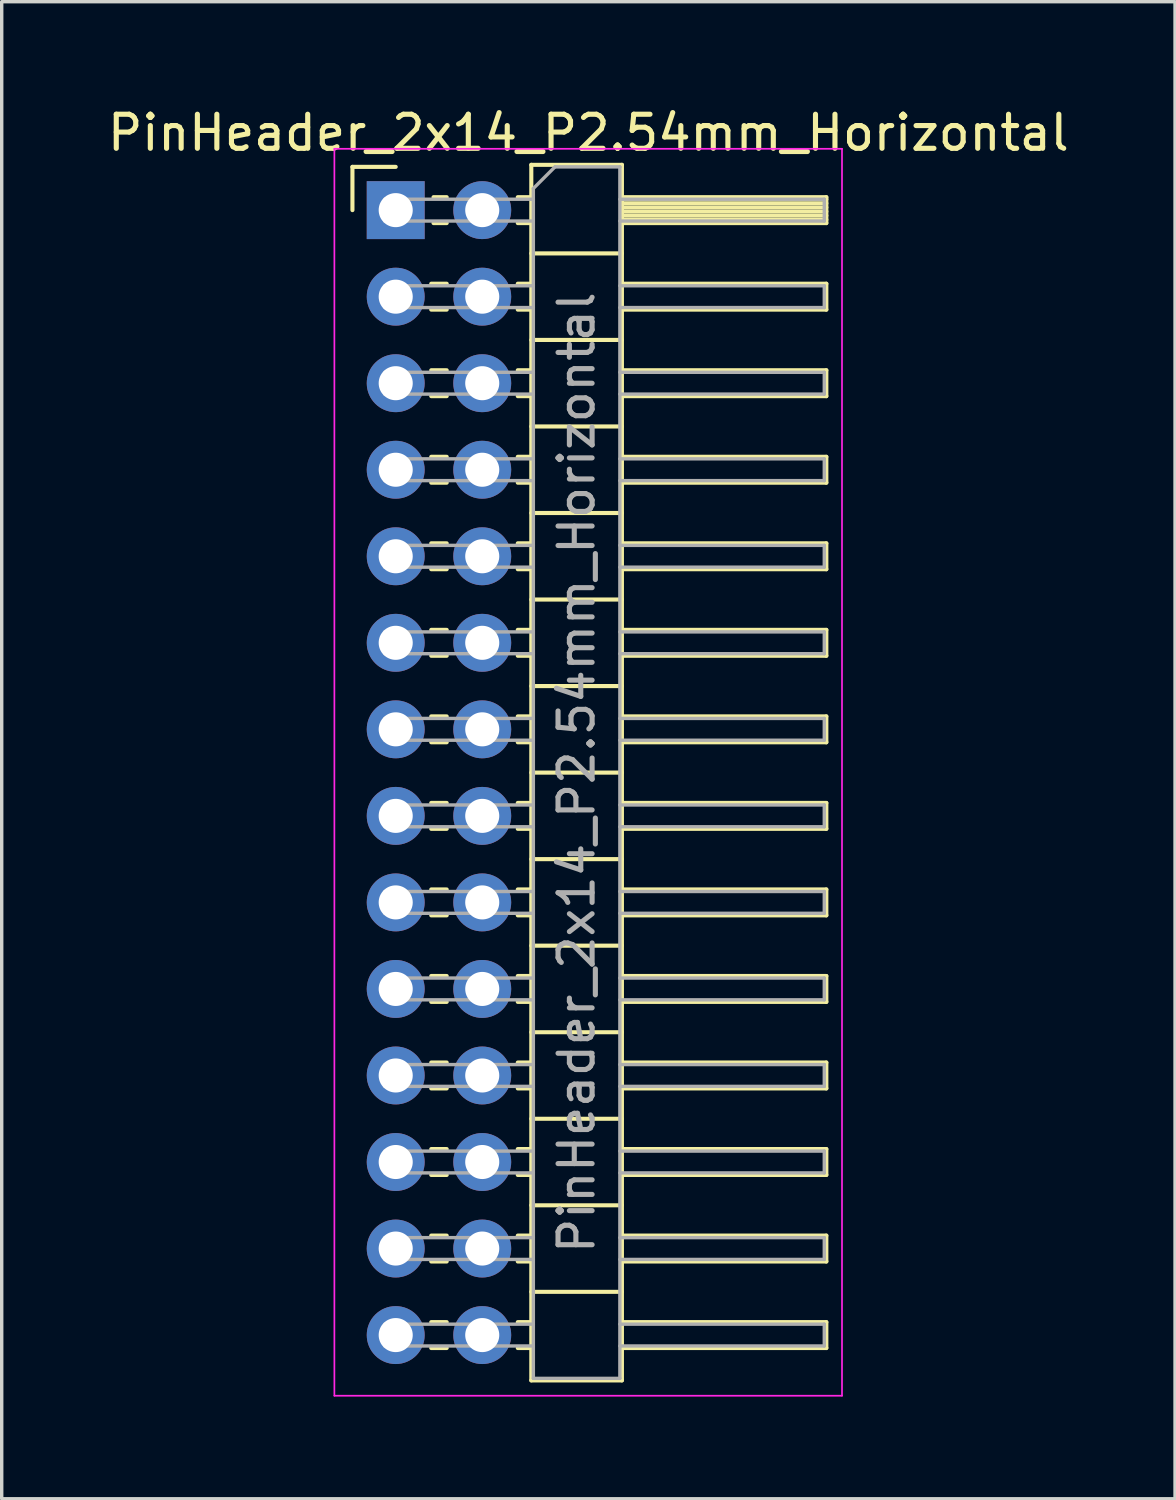
<source format=kicad_pcb>
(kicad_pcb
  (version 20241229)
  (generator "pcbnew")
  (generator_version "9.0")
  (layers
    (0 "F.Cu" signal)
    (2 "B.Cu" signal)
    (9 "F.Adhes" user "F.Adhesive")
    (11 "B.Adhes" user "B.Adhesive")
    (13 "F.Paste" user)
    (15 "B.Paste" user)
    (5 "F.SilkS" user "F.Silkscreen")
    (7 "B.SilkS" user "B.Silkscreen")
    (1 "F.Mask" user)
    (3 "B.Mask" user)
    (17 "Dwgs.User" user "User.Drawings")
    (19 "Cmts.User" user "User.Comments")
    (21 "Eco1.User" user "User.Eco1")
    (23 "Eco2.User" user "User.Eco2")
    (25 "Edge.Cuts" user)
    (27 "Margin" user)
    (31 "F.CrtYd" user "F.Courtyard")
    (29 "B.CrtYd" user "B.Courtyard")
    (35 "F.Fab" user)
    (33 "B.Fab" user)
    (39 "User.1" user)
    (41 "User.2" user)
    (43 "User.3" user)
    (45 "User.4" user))
  (footprint "PinHeader_2x14_P2.54mm_Horizontal"
    (layer "F.Cu")
    (at 8.565 3.118)
    (property "Reference" "PinHeader_2x14_P2.54mm_Horizontal" (at 5.655 -2.27 0) (layer "F.SilkS") (effects (font (size 1 1) (thickness 0.15))))
    (attr through_hole)
    (fp_line (start -1.27 -1.27) (end 0 -1.27) (stroke (width 0.12) (type solid)) (layer "F.SilkS"))
    (fp_line (start -1.27 0) (end -1.27 -1.27) (stroke (width 0.12) (type solid)) (layer "F.SilkS"))
    (fp_line (start 1.043 2.16) (end 1.497 2.16) (stroke (width 0.12) (type solid)) (layer "F.SilkS"))
    (fp_line (start 1.043 2.92) (end 1.497 2.92) (stroke (width 0.12) (type solid)) (layer "F.SilkS"))
    (fp_line (start 1.043 4.7) (end 1.497 4.7) (stroke (width 0.12) (type solid)) (layer "F.SilkS"))
    (fp_line (start 1.043 5.46) (end 1.497 5.46) (stroke (width 0.12) (type solid)) (layer "F.SilkS"))
    (fp_line (start 1.043 7.24) (end 1.497 7.24) (stroke (width 0.12) (type solid)) (layer "F.SilkS"))
    (fp_line (start 1.043 8) (end 1.497 8) (stroke (width 0.12) (type solid)) (layer "F.SilkS"))
    (fp_line (start 1.043 9.78) (end 1.497 9.78) (stroke (width 0.12) (type solid)) (layer "F.SilkS"))
    (fp_line (start 1.043 10.54) (end 1.497 10.54) (stroke (width 0.12) (type solid)) (layer "F.SilkS"))
    (fp_line (start 1.043 12.32) (end 1.497 12.32) (stroke (width 0.12) (type solid)) (layer "F.SilkS"))
    (fp_line (start 1.043 13.08) (end 1.497 13.08) (stroke (width 0.12) (type solid)) (layer "F.SilkS"))
    (fp_line (start 1.043 14.86) (end 1.497 14.86) (stroke (width 0.12) (type solid)) (layer "F.SilkS"))
    (fp_line (start 1.043 15.62) (end 1.497 15.62) (stroke (width 0.12) (type solid)) (layer "F.SilkS"))
    (fp_line (start 1.043 17.4) (end 1.497 17.4) (stroke (width 0.12) (type solid)) (layer "F.SilkS"))
    (fp_line (start 1.043 18.16) (end 1.497 18.16) (stroke (width 0.12) (type solid)) (layer "F.SilkS"))
    (fp_line (start 1.043 19.94) (end 1.497 19.94) (stroke (width 0.12) (type solid)) (layer "F.SilkS"))
    (fp_line (start 1.043 20.7) (end 1.497 20.7) (stroke (width 0.12) (type solid)) (layer "F.SilkS"))
    (fp_line (start 1.043 22.48) (end 1.497 22.48) (stroke (width 0.12) (type solid)) (layer "F.SilkS"))
    (fp_line (start 1.043 23.24) (end 1.497 23.24) (stroke (width 0.12) (type solid)) (layer "F.SilkS"))
    (fp_line (start 1.043 25.02) (end 1.497 25.02) (stroke (width 0.12) (type solid)) (layer "F.SilkS"))
    (fp_line (start 1.043 25.78) (end 1.497 25.78) (stroke (width 0.12) (type solid)) (layer "F.SilkS"))
    (fp_line (start 1.043 27.56) (end 1.497 27.56) (stroke (width 0.12) (type solid)) (layer "F.SilkS"))
    (fp_line (start 1.043 28.32) (end 1.497 28.32) (stroke (width 0.12) (type solid)) (layer "F.SilkS"))
    (fp_line (start 1.043 30.1) (end 1.497 30.1) (stroke (width 0.12) (type solid)) (layer "F.SilkS"))
    (fp_line (start 1.043 30.86) (end 1.497 30.86) (stroke (width 0.12) (type solid)) (layer "F.SilkS"))
    (fp_line (start 1.043 32.64) (end 1.497 32.64) (stroke (width 0.12) (type solid)) (layer "F.SilkS"))
    (fp_line (start 1.043 33.4) (end 1.497 33.4) (stroke (width 0.12) (type solid)) (layer "F.SilkS"))
    (fp_line (start 1.11 -0.38) (end 1.497 -0.38) (stroke (width 0.12) (type solid)) (layer "F.SilkS"))
    (fp_line (start 1.11 0.38) (end 1.497 0.38) (stroke (width 0.12) (type solid)) (layer "F.SilkS"))
    (fp_line (start 3.583 -0.38) (end 3.98 -0.38) (stroke (width 0.12) (type solid)) (layer "F.SilkS"))
    (fp_line (start 3.583 0.38) (end 3.98 0.38) (stroke (width 0.12) (type solid)) (layer "F.SilkS"))
    (fp_line (start 3.583 2.16) (end 3.98 2.16) (stroke (width 0.12) (type solid)) (layer "F.SilkS"))
    (fp_line (start 3.583 2.92) (end 3.98 2.92) (stroke (width 0.12) (type solid)) (layer "F.SilkS"))
    (fp_line (start 3.583 4.7) (end 3.98 4.7) (stroke (width 0.12) (type solid)) (layer "F.SilkS"))
    (fp_line (start 3.583 5.46) (end 3.98 5.46) (stroke (width 0.12) (type solid)) (layer "F.SilkS"))
    (fp_line (start 3.583 7.24) (end 3.98 7.24) (stroke (width 0.12) (type solid)) (layer "F.SilkS"))
    (fp_line (start 3.583 8) (end 3.98 8) (stroke (width 0.12) (type solid)) (layer "F.SilkS"))
    (fp_line (start 3.583 9.78) (end 3.98 9.78) (stroke (width 0.12) (type solid)) (layer "F.SilkS"))
    (fp_line (start 3.583 10.54) (end 3.98 10.54) (stroke (width 0.12) (type solid)) (layer "F.SilkS"))
    (fp_line (start 3.583 12.32) (end 3.98 12.32) (stroke (width 0.12) (type solid)) (layer "F.SilkS"))
    (fp_line (start 3.583 13.08) (end 3.98 13.08) (stroke (width 0.12) (type solid)) (layer "F.SilkS"))
    (fp_line (start 3.583 14.86) (end 3.98 14.86) (stroke (width 0.12) (type solid)) (layer "F.SilkS"))
    (fp_line (start 3.583 15.62) (end 3.98 15.62) (stroke (width 0.12) (type solid)) (layer "F.SilkS"))
    (fp_line (start 3.583 17.4) (end 3.98 17.4) (stroke (width 0.12) (type solid)) (layer "F.SilkS"))
    (fp_line (start 3.583 18.16) (end 3.98 18.16) (stroke (width 0.12) (type solid)) (layer "F.SilkS"))
    (fp_line (start 3.583 19.94) (end 3.98 19.94) (stroke (width 0.12) (type solid)) (layer "F.SilkS"))
    (fp_line (start 3.583 20.7) (end 3.98 20.7) (stroke (width 0.12) (type solid)) (layer "F.SilkS"))
    (fp_line (start 3.583 22.48) (end 3.98 22.48) (stroke (width 0.12) (type solid)) (layer "F.SilkS"))
    (fp_line (start 3.583 23.24) (end 3.98 23.24) (stroke (width 0.12) (type solid)) (layer "F.SilkS"))
    (fp_line (start 3.583 25.02) (end 3.98 25.02) (stroke (width 0.12) (type solid)) (layer "F.SilkS"))
    (fp_line (start 3.583 25.78) (end 3.98 25.78) (stroke (width 0.12) (type solid)) (layer "F.SilkS"))
    (fp_line (start 3.583 27.56) (end 3.98 27.56) (stroke (width 0.12) (type solid)) (layer "F.SilkS"))
    (fp_line (start 3.583 28.32) (end 3.98 28.32) (stroke (width 0.12) (type solid)) (layer "F.SilkS"))
    (fp_line (start 3.583 30.1) (end 3.98 30.1) (stroke (width 0.12) (type solid)) (layer "F.SilkS"))
    (fp_line (start 3.583 30.86) (end 3.98 30.86) (stroke (width 0.12) (type solid)) (layer "F.SilkS"))
    (fp_line (start 3.583 32.64) (end 3.98 32.64) (stroke (width 0.12) (type solid)) (layer "F.SilkS"))
    (fp_line (start 3.583 33.4) (end 3.98 33.4) (stroke (width 0.12) (type solid)) (layer "F.SilkS"))
    (fp_line (start 3.98 -1.33) (end 3.98 34.35) (stroke (width 0.12) (type solid)) (layer "F.SilkS"))
    (fp_line (start 3.98 1.27) (end 6.64 1.27) (stroke (width 0.12) (type solid)) (layer "F.SilkS"))
    (fp_line (start 3.98 3.81) (end 6.64 3.81) (stroke (width 0.12) (type solid)) (layer "F.SilkS"))
    (fp_line (start 3.98 6.35) (end 6.64 6.35) (stroke (width 0.12) (type solid)) (layer "F.SilkS"))
    (fp_line (start 3.98 8.89) (end 6.64 8.89) (stroke (width 0.12) (type solid)) (layer "F.SilkS"))
    (fp_line (start 3.98 11.43) (end 6.64 11.43) (stroke (width 0.12) (type solid)) (layer "F.SilkS"))
    (fp_line (start 3.98 13.97) (end 6.64 13.97) (stroke (width 0.12) (type solid)) (layer "F.SilkS"))
    (fp_line (start 3.98 16.51) (end 6.64 16.51) (stroke (width 0.12) (type solid)) (layer "F.SilkS"))
    (fp_line (start 3.98 19.05) (end 6.64 19.05) (stroke (width 0.12) (type solid)) (layer "F.SilkS"))
    (fp_line (start 3.98 21.59) (end 6.64 21.59) (stroke (width 0.12) (type solid)) (layer "F.SilkS"))
    (fp_line (start 3.98 24.13) (end 6.64 24.13) (stroke (width 0.12) (type solid)) (layer "F.SilkS"))
    (fp_line (start 3.98 26.67) (end 6.64 26.67) (stroke (width 0.12) (type solid)) (layer "F.SilkS"))
    (fp_line (start 3.98 29.21) (end 6.64 29.21) (stroke (width 0.12) (type solid)) (layer "F.SilkS"))
    (fp_line (start 3.98 31.75) (end 6.64 31.75) (stroke (width 0.12) (type solid)) (layer "F.SilkS"))
    (fp_line (start 3.98 34.35) (end 6.64 34.35) (stroke (width 0.12) (type solid)) (layer "F.SilkS"))
    (fp_line (start 6.64 -1.33) (end 3.98 -1.33) (stroke (width 0.12) (type solid)) (layer "F.SilkS"))
    (fp_line (start 6.64 -0.38) (end 12.64 -0.38) (stroke (width 0.12) (type solid)) (layer "F.SilkS"))
    (fp_line (start 6.64 -0.32) (end 12.64 -0.32) (stroke (width 0.12) (type solid)) (layer "F.SilkS"))
    (fp_line (start 6.64 -0.2) (end 12.64 -0.2) (stroke (width 0.12) (type solid)) (layer "F.SilkS"))
    (fp_line (start 6.64 -0.08) (end 12.64 -0.08) (stroke (width 0.12) (type solid)) (layer "F.SilkS"))
    (fp_line (start 6.64 0.04) (end 12.64 0.04) (stroke (width 0.12) (type solid)) (layer "F.SilkS"))
    (fp_line (start 6.64 0.16) (end 12.64 0.16) (stroke (width 0.12) (type solid)) (layer "F.SilkS"))
    (fp_line (start 6.64 0.28) (end 12.64 0.28) (stroke (width 0.12) (type solid)) (layer "F.SilkS"))
    (fp_line (start 6.64 2.16) (end 12.64 2.16) (stroke (width 0.12) (type solid)) (layer "F.SilkS"))
    (fp_line (start 6.64 4.7) (end 12.64 4.7) (stroke (width 0.12) (type solid)) (layer "F.SilkS"))
    (fp_line (start 6.64 7.24) (end 12.64 7.24) (stroke (width 0.12) (type solid)) (layer "F.SilkS"))
    (fp_line (start 6.64 9.78) (end 12.64 9.78) (stroke (width 0.12) (type solid)) (layer "F.SilkS"))
    (fp_line (start 6.64 12.32) (end 12.64 12.32) (stroke (width 0.12) (type solid)) (layer "F.SilkS"))
    (fp_line (start 6.64 14.86) (end 12.64 14.86) (stroke (width 0.12) (type solid)) (layer "F.SilkS"))
    (fp_line (start 6.64 17.4) (end 12.64 17.4) (stroke (width 0.12) (type solid)) (layer "F.SilkS"))
    (fp_line (start 6.64 19.94) (end 12.64 19.94) (stroke (width 0.12) (type solid)) (layer "F.SilkS"))
    (fp_line (start 6.64 22.48) (end 12.64 22.48) (stroke (width 0.12) (type solid)) (layer "F.SilkS"))
    (fp_line (start 6.64 25.02) (end 12.64 25.02) (stroke (width 0.12) (type solid)) (layer "F.SilkS"))
    (fp_line (start 6.64 27.56) (end 12.64 27.56) (stroke (width 0.12) (type solid)) (layer "F.SilkS"))
    (fp_line (start 6.64 30.1) (end 12.64 30.1) (stroke (width 0.12) (type solid)) (layer "F.SilkS"))
    (fp_line (start 6.64 32.64) (end 12.64 32.64) (stroke (width 0.12) (type solid)) (layer "F.SilkS"))
    (fp_line (start 6.64 34.35) (end 6.64 -1.33) (stroke (width 0.12) (type solid)) (layer "F.SilkS"))
    (fp_line (start 12.64 -0.38) (end 12.64 0.38) (stroke (width 0.12) (type solid)) (layer "F.SilkS"))
    (fp_line (start 12.64 0.38) (end 6.64 0.38) (stroke (width 0.12) (type solid)) (layer "F.SilkS"))
    (fp_line (start 12.64 2.16) (end 12.64 2.92) (stroke (width 0.12) (type solid)) (layer "F.SilkS"))
    (fp_line (start 12.64 2.92) (end 6.64 2.92) (stroke (width 0.12) (type solid)) (layer "F.SilkS"))
    (fp_line (start 12.64 4.7) (end 12.64 5.46) (stroke (width 0.12) (type solid)) (layer "F.SilkS"))
    (fp_line (start 12.64 5.46) (end 6.64 5.46) (stroke (width 0.12) (type solid)) (layer "F.SilkS"))
    (fp_line (start 12.64 7.24) (end 12.64 8) (stroke (width 0.12) (type solid)) (layer "F.SilkS"))
    (fp_line (start 12.64 8) (end 6.64 8) (stroke (width 0.12) (type solid)) (layer "F.SilkS"))
    (fp_line (start 12.64 9.78) (end 12.64 10.54) (stroke (width 0.12) (type solid)) (layer "F.SilkS"))
    (fp_line (start 12.64 10.54) (end 6.64 10.54) (stroke (width 0.12) (type solid)) (layer "F.SilkS"))
    (fp_line (start 12.64 12.32) (end 12.64 13.08) (stroke (width 0.12) (type solid)) (layer "F.SilkS"))
    (fp_line (start 12.64 13.08) (end 6.64 13.08) (stroke (width 0.12) (type solid)) (layer "F.SilkS"))
    (fp_line (start 12.64 14.86) (end 12.64 15.62) (stroke (width 0.12) (type solid)) (layer "F.SilkS"))
    (fp_line (start 12.64 15.62) (end 6.64 15.62) (stroke (width 0.12) (type solid)) (layer "F.SilkS"))
    (fp_line (start 12.64 17.4) (end 12.64 18.16) (stroke (width 0.12) (type solid)) (layer "F.SilkS"))
    (fp_line (start 12.64 18.16) (end 6.64 18.16) (stroke (width 0.12) (type solid)) (layer "F.SilkS"))
    (fp_line (start 12.64 19.94) (end 12.64 20.7) (stroke (width 0.12) (type solid)) (layer "F.SilkS"))
    (fp_line (start 12.64 20.7) (end 6.64 20.7) (stroke (width 0.12) (type solid)) (layer "F.SilkS"))
    (fp_line (start 12.64 22.48) (end 12.64 23.24) (stroke (width 0.12) (type solid)) (layer "F.SilkS"))
    (fp_line (start 12.64 23.24) (end 6.64 23.24) (stroke (width 0.12) (type solid)) (layer "F.SilkS"))
    (fp_line (start 12.64 25.02) (end 12.64 25.78) (stroke (width 0.12) (type solid)) (layer "F.SilkS"))
    (fp_line (start 12.64 25.78) (end 6.64 25.78) (stroke (width 0.12) (type solid)) (layer "F.SilkS"))
    (fp_line (start 12.64 27.56) (end 12.64 28.32) (stroke (width 0.12) (type solid)) (layer "F.SilkS"))
    (fp_line (start 12.64 28.32) (end 6.64 28.32) (stroke (width 0.12) (type solid)) (layer "F.SilkS"))
    (fp_line (start 12.64 30.1) (end 12.64 30.86) (stroke (width 0.12) (type solid)) (layer "F.SilkS"))
    (fp_line (start 12.64 30.86) (end 6.64 30.86) (stroke (width 0.12) (type solid)) (layer "F.SilkS"))
    (fp_line (start 12.64 32.64) (end 12.64 33.4) (stroke (width 0.12) (type solid)) (layer "F.SilkS"))
    (fp_line (start 12.64 33.4) (end 6.64 33.4) (stroke (width 0.12) (type solid)) (layer "F.SilkS"))
    (fp_line (start -1.8 -1.8) (end -1.8 34.8) (stroke (width 0.05) (type solid)) (layer "F.CrtYd"))
    (fp_line (start -1.8 34.8) (end 13.1 34.8) (stroke (width 0.05) (type solid)) (layer "F.CrtYd"))
    (fp_line (start 13.1 -1.8) (end -1.8 -1.8) (stroke (width 0.05) (type solid)) (layer "F.CrtYd"))
    (fp_line (start 13.1 34.8) (end 13.1 -1.8) (stroke (width 0.05) (type solid)) (layer "F.CrtYd"))
    (fp_line (start -0.32 -0.32) (end -0.32 0.32) (stroke (width 0.1) (type solid)) (layer "F.Fab"))
    (fp_line (start -0.32 -0.32) (end 4.04 -0.32) (stroke (width 0.1) (type solid)) (layer "F.Fab"))
    (fp_line (start -0.32 0.32) (end 4.04 0.32) (stroke (width 0.1) (type solid)) (layer "F.Fab"))
    (fp_line (start -0.32 2.22) (end -0.32 2.86) (stroke (width 0.1) (type solid)) (layer "F.Fab"))
    (fp_line (start -0.32 2.22) (end 4.04 2.22) (stroke (width 0.1) (type solid)) (layer "F.Fab"))
    (fp_line (start -0.32 2.86) (end 4.04 2.86) (stroke (width 0.1) (type solid)) (layer "F.Fab"))
    (fp_line (start -0.32 4.76) (end -0.32 5.4) (stroke (width 0.1) (type solid)) (layer "F.Fab"))
    (fp_line (start -0.32 4.76) (end 4.04 4.76) (stroke (width 0.1) (type solid)) (layer "F.Fab"))
    (fp_line (start -0.32 5.4) (end 4.04 5.4) (stroke (width 0.1) (type solid)) (layer "F.Fab"))
    (fp_line (start -0.32 7.3) (end -0.32 7.94) (stroke (width 0.1) (type solid)) (layer "F.Fab"))
    (fp_line (start -0.32 7.3) (end 4.04 7.3) (stroke (width 0.1) (type solid)) (layer "F.Fab"))
    (fp_line (start -0.32 7.94) (end 4.04 7.94) (stroke (width 0.1) (type solid)) (layer "F.Fab"))
    (fp_line (start -0.32 9.84) (end -0.32 10.48) (stroke (width 0.1) (type solid)) (layer "F.Fab"))
    (fp_line (start -0.32 9.84) (end 4.04 9.84) (stroke (width 0.1) (type solid)) (layer "F.Fab"))
    (fp_line (start -0.32 10.48) (end 4.04 10.48) (stroke (width 0.1) (type solid)) (layer "F.Fab"))
    (fp_line (start -0.32 12.38) (end -0.32 13.02) (stroke (width 0.1) (type solid)) (layer "F.Fab"))
    (fp_line (start -0.32 12.38) (end 4.04 12.38) (stroke (width 0.1) (type solid)) (layer "F.Fab"))
    (fp_line (start -0.32 13.02) (end 4.04 13.02) (stroke (width 0.1) (type solid)) (layer "F.Fab"))
    (fp_line (start -0.32 14.92) (end -0.32 15.56) (stroke (width 0.1) (type solid)) (layer "F.Fab"))
    (fp_line (start -0.32 14.92) (end 4.04 14.92) (stroke (width 0.1) (type solid)) (layer "F.Fab"))
    (fp_line (start -0.32 15.56) (end 4.04 15.56) (stroke (width 0.1) (type solid)) (layer "F.Fab"))
    (fp_line (start -0.32 17.46) (end -0.32 18.1) (stroke (width 0.1) (type solid)) (layer "F.Fab"))
    (fp_line (start -0.32 17.46) (end 4.04 17.46) (stroke (width 0.1) (type solid)) (layer "F.Fab"))
    (fp_line (start -0.32 18.1) (end 4.04 18.1) (stroke (width 0.1) (type solid)) (layer "F.Fab"))
    (fp_line (start -0.32 20) (end -0.32 20.64) (stroke (width 0.1) (type solid)) (layer "F.Fab"))
    (fp_line (start -0.32 20) (end 4.04 20) (stroke (width 0.1) (type solid)) (layer "F.Fab"))
    (fp_line (start -0.32 20.64) (end 4.04 20.64) (stroke (width 0.1) (type solid)) (layer "F.Fab"))
    (fp_line (start -0.32 22.54) (end -0.32 23.18) (stroke (width 0.1) (type solid)) (layer "F.Fab"))
    (fp_line (start -0.32 22.54) (end 4.04 22.54) (stroke (width 0.1) (type solid)) (layer "F.Fab"))
    (fp_line (start -0.32 23.18) (end 4.04 23.18) (stroke (width 0.1) (type solid)) (layer "F.Fab"))
    (fp_line (start -0.32 25.08) (end -0.32 25.72) (stroke (width 0.1) (type solid)) (layer "F.Fab"))
    (fp_line (start -0.32 25.08) (end 4.04 25.08) (stroke (width 0.1) (type solid)) (layer "F.Fab"))
    (fp_line (start -0.32 25.72) (end 4.04 25.72) (stroke (width 0.1) (type solid)) (layer "F.Fab"))
    (fp_line (start -0.32 27.62) (end -0.32 28.26) (stroke (width 0.1) (type solid)) (layer "F.Fab"))
    (fp_line (start -0.32 27.62) (end 4.04 27.62) (stroke (width 0.1) (type solid)) (layer "F.Fab"))
    (fp_line (start -0.32 28.26) (end 4.04 28.26) (stroke (width 0.1) (type solid)) (layer "F.Fab"))
    (fp_line (start -0.32 30.16) (end -0.32 30.8) (stroke (width 0.1) (type solid)) (layer "F.Fab"))
    (fp_line (start -0.32 30.16) (end 4.04 30.16) (stroke (width 0.1) (type solid)) (layer "F.Fab"))
    (fp_line (start -0.32 30.8) (end 4.04 30.8) (stroke (width 0.1) (type solid)) (layer "F.Fab"))
    (fp_line (start -0.32 32.7) (end -0.32 33.34) (stroke (width 0.1) (type solid)) (layer "F.Fab"))
    (fp_line (start -0.32 32.7) (end 4.04 32.7) (stroke (width 0.1) (type solid)) (layer "F.Fab"))
    (fp_line (start -0.32 33.34) (end 4.04 33.34) (stroke (width 0.1) (type solid)) (layer "F.Fab"))
    (fp_line (start 4.04 -0.635) (end 4.675 -1.27) (stroke (width 0.1) (type solid)) (layer "F.Fab"))
    (fp_line (start 4.04 34.29) (end 4.04 -0.635) (stroke (width 0.1) (type solid)) (layer "F.Fab"))
    (fp_line (start 4.675 -1.27) (end 6.58 -1.27) (stroke (width 0.1) (type solid)) (layer "F.Fab"))
    (fp_line (start 6.58 -1.27) (end 6.58 34.29) (stroke (width 0.1) (type solid)) (layer "F.Fab"))
    (fp_line (start 6.58 -0.32) (end 12.58 -0.32) (stroke (width 0.1) (type solid)) (layer "F.Fab"))
    (fp_line (start 6.58 0.32) (end 12.58 0.32) (stroke (width 0.1) (type solid)) (layer "F.Fab"))
    (fp_line (start 6.58 2.22) (end 12.58 2.22) (stroke (width 0.1) (type solid)) (layer "F.Fab"))
    (fp_line (start 6.58 2.86) (end 12.58 2.86) (stroke (width 0.1) (type solid)) (layer "F.Fab"))
    (fp_line (start 6.58 4.76) (end 12.58 4.76) (stroke (width 0.1) (type solid)) (layer "F.Fab"))
    (fp_line (start 6.58 5.4) (end 12.58 5.4) (stroke (width 0.1) (type solid)) (layer "F.Fab"))
    (fp_line (start 6.58 7.3) (end 12.58 7.3) (stroke (width 0.1) (type solid)) (layer "F.Fab"))
    (fp_line (start 6.58 7.94) (end 12.58 7.94) (stroke (width 0.1) (type solid)) (layer "F.Fab"))
    (fp_line (start 6.58 9.84) (end 12.58 9.84) (stroke (width 0.1) (type solid)) (layer "F.Fab"))
    (fp_line (start 6.58 10.48) (end 12.58 10.48) (stroke (width 0.1) (type solid)) (layer "F.Fab"))
    (fp_line (start 6.58 12.38) (end 12.58 12.38) (stroke (width 0.1) (type solid)) (layer "F.Fab"))
    (fp_line (start 6.58 13.02) (end 12.58 13.02) (stroke (width 0.1) (type solid)) (layer "F.Fab"))
    (fp_line (start 6.58 14.92) (end 12.58 14.92) (stroke (width 0.1) (type solid)) (layer "F.Fab"))
    (fp_line (start 6.58 15.56) (end 12.58 15.56) (stroke (width 0.1) (type solid)) (layer "F.Fab"))
    (fp_line (start 6.58 17.46) (end 12.58 17.46) (stroke (width 0.1) (type solid)) (layer "F.Fab"))
    (fp_line (start 6.58 18.1) (end 12.58 18.1) (stroke (width 0.1) (type solid)) (layer "F.Fab"))
    (fp_line (start 6.58 20) (end 12.58 20) (stroke (width 0.1) (type solid)) (layer "F.Fab"))
    (fp_line (start 6.58 20.64) (end 12.58 20.64) (stroke (width 0.1) (type solid)) (layer "F.Fab"))
    (fp_line (start 6.58 22.54) (end 12.58 22.54) (stroke (width 0.1) (type solid)) (layer "F.Fab"))
    (fp_line (start 6.58 23.18) (end 12.58 23.18) (stroke (width 0.1) (type solid)) (layer "F.Fab"))
    (fp_line (start 6.58 25.08) (end 12.58 25.08) (stroke (width 0.1) (type solid)) (layer "F.Fab"))
    (fp_line (start 6.58 25.72) (end 12.58 25.72) (stroke (width 0.1) (type solid)) (layer "F.Fab"))
    (fp_line (start 6.58 27.62) (end 12.58 27.62) (stroke (width 0.1) (type solid)) (layer "F.Fab"))
    (fp_line (start 6.58 28.26) (end 12.58 28.26) (stroke (width 0.1) (type solid)) (layer "F.Fab"))
    (fp_line (start 6.58 30.16) (end 12.58 30.16) (stroke (width 0.1) (type solid)) (layer "F.Fab"))
    (fp_line (start 6.58 30.8) (end 12.58 30.8) (stroke (width 0.1) (type solid)) (layer "F.Fab"))
    (fp_line (start 6.58 32.7) (end 12.58 32.7) (stroke (width 0.1) (type solid)) (layer "F.Fab"))
    (fp_line (start 6.58 33.34) (end 12.58 33.34) (stroke (width 0.1) (type solid)) (layer "F.Fab"))
    (fp_line (start 6.58 34.29) (end 4.04 34.29) (stroke (width 0.1) (type solid)) (layer "F.Fab"))
    (fp_line (start 12.58 -0.32) (end 12.58 0.32) (stroke (width 0.1) (type solid)) (layer "F.Fab"))
    (fp_line (start 12.58 2.22) (end 12.58 2.86) (stroke (width 0.1) (type solid)) (layer "F.Fab"))
    (fp_line (start 12.58 4.76) (end 12.58 5.4) (stroke (width 0.1) (type solid)) (layer "F.Fab"))
    (fp_line (start 12.58 7.3) (end 12.58 7.94) (stroke (width 0.1) (type solid)) (layer "F.Fab"))
    (fp_line (start 12.58 9.84) (end 12.58 10.48) (stroke (width 0.1) (type solid)) (layer "F.Fab"))
    (fp_line (start 12.58 12.38) (end 12.58 13.02) (stroke (width 0.1) (type solid)) (layer "F.Fab"))
    (fp_line (start 12.58 14.92) (end 12.58 15.56) (stroke (width 0.1) (type solid)) (layer "F.Fab"))
    (fp_line (start 12.58 17.46) (end 12.58 18.1) (stroke (width 0.1) (type solid)) (layer "F.Fab"))
    (fp_line (start 12.58 20) (end 12.58 20.64) (stroke (width 0.1) (type solid)) (layer "F.Fab"))
    (fp_line (start 12.58 22.54) (end 12.58 23.18) (stroke (width 0.1) (type solid)) (layer "F.Fab"))
    (fp_line (start 12.58 25.08) (end 12.58 25.72) (stroke (width 0.1) (type solid)) (layer "F.Fab"))
    (fp_line (start 12.58 27.62) (end 12.58 28.26) (stroke (width 0.1) (type solid)) (layer "F.Fab"))
    (fp_line (start 12.58 30.16) (end 12.58 30.8) (stroke (width 0.1) (type solid)) (layer "F.Fab"))
    (fp_line (start 12.58 32.7) (end 12.58 33.34) (stroke (width 0.1) (type solid)) (layer "F.Fab"))
    (fp_text user "${REFERENCE}" (at 5.31 16.51 90) (layer "F.Fab") (effects (font (size 1 1) (thickness 0.15))))
    (pad "1" thru_hole rect (at 0 0) (size 1.7 1.7) (drill 1) (layers "*.Cu" "*.Mask"))
    (pad "2" thru_hole oval (at 2.54 0) (size 1.7 1.7) (drill 1) (layers "*.Cu" "*.Mask"))
    (pad "3" thru_hole oval (at 0 2.54) (size 1.7 1.7) (drill 1) (layers "*.Cu" "*.Mask"))
    (pad "4" thru_hole oval (at 2.54 2.54) (size 1.7 1.7) (drill 1) (layers "*.Cu" "*.Mask"))
    (pad "5" thru_hole oval (at 0 5.08) (size 1.7 1.7) (drill 1) (layers "*.Cu" "*.Mask"))
    (pad "6" thru_hole oval (at 2.54 5.08) (size 1.7 1.7) (drill 1) (layers "*.Cu" "*.Mask"))
    (pad "7" thru_hole oval (at 0 7.62) (size 1.7 1.7) (drill 1) (layers "*.Cu" "*.Mask"))
    (pad "8" thru_hole oval (at 2.54 7.62) (size 1.7 1.7) (drill 1) (layers "*.Cu" "*.Mask"))
    (pad "9" thru_hole oval (at 0 10.16) (size 1.7 1.7) (drill 1) (layers "*.Cu" "*.Mask"))
    (pad "10" thru_hole oval (at 2.54 10.16) (size 1.7 1.7) (drill 1) (layers "*.Cu" "*.Mask"))
    (pad "11" thru_hole oval (at 0 12.7) (size 1.7 1.7) (drill 1) (layers "*.Cu" "*.Mask"))
    (pad "12" thru_hole oval (at 2.54 12.7) (size 1.7 1.7) (drill 1) (layers "*.Cu" "*.Mask"))
    (pad "13" thru_hole oval (at 0 15.24) (size 1.7 1.7) (drill 1) (layers "*.Cu" "*.Mask"))
    (pad "14" thru_hole oval (at 2.54 15.24) (size 1.7 1.7) (drill 1) (layers "*.Cu" "*.Mask"))
    (pad "15" thru_hole oval (at 0 17.78) (size 1.7 1.7) (drill 1) (layers "*.Cu" "*.Mask"))
    (pad "16" thru_hole oval (at 2.54 17.78) (size 1.7 1.7) (drill 1) (layers "*.Cu" "*.Mask"))
    (pad "17" thru_hole oval (at 0 20.32) (size 1.7 1.7) (drill 1) (layers "*.Cu" "*.Mask"))
    (pad "18" thru_hole oval (at 2.54 20.32) (size 1.7 1.7) (drill 1) (layers "*.Cu" "*.Mask"))
    (pad "19" thru_hole oval (at 0 22.86) (size 1.7 1.7) (drill 1) (layers "*.Cu" "*.Mask"))
    (pad "20" thru_hole oval (at 2.54 22.86) (size 1.7 1.7) (drill 1) (layers "*.Cu" "*.Mask"))
    (pad "21" thru_hole oval (at 0 25.4) (size 1.7 1.7) (drill 1) (layers "*.Cu" "*.Mask"))
    (pad "22" thru_hole oval (at 2.54 25.4) (size 1.7 1.7) (drill 1) (layers "*.Cu" "*.Mask"))
    (pad "23" thru_hole oval (at 0 27.94) (size 1.7 1.7) (drill 1) (layers "*.Cu" "*.Mask"))
    (pad "24" thru_hole oval (at 2.54 27.94) (size 1.7 1.7) (drill 1) (layers "*.Cu" "*.Mask"))
    (pad "25" thru_hole oval (at 0 30.48) (size 1.7 1.7) (drill 1) (layers "*.Cu" "*.Mask"))
    (pad "26" thru_hole oval (at 2.54 30.48) (size 1.7 1.7) (drill 1) (layers "*.Cu" "*.Mask"))
    (pad "27" thru_hole oval (at 0 33.02) (size 1.7 1.7) (drill 1) (layers "*.Cu" "*.Mask"))
    (pad "28" thru_hole oval (at 2.54 33.02) (size 1.7 1.7) (drill 1) (layers "*.Cu" "*.Mask")))
  (gr_rect
    (start -3 -3)
    (end 31.44 40.943)
    (stroke (width 0.1) (type default))
    (fill no)
    (layer "Edge.Cuts")))
</source>
